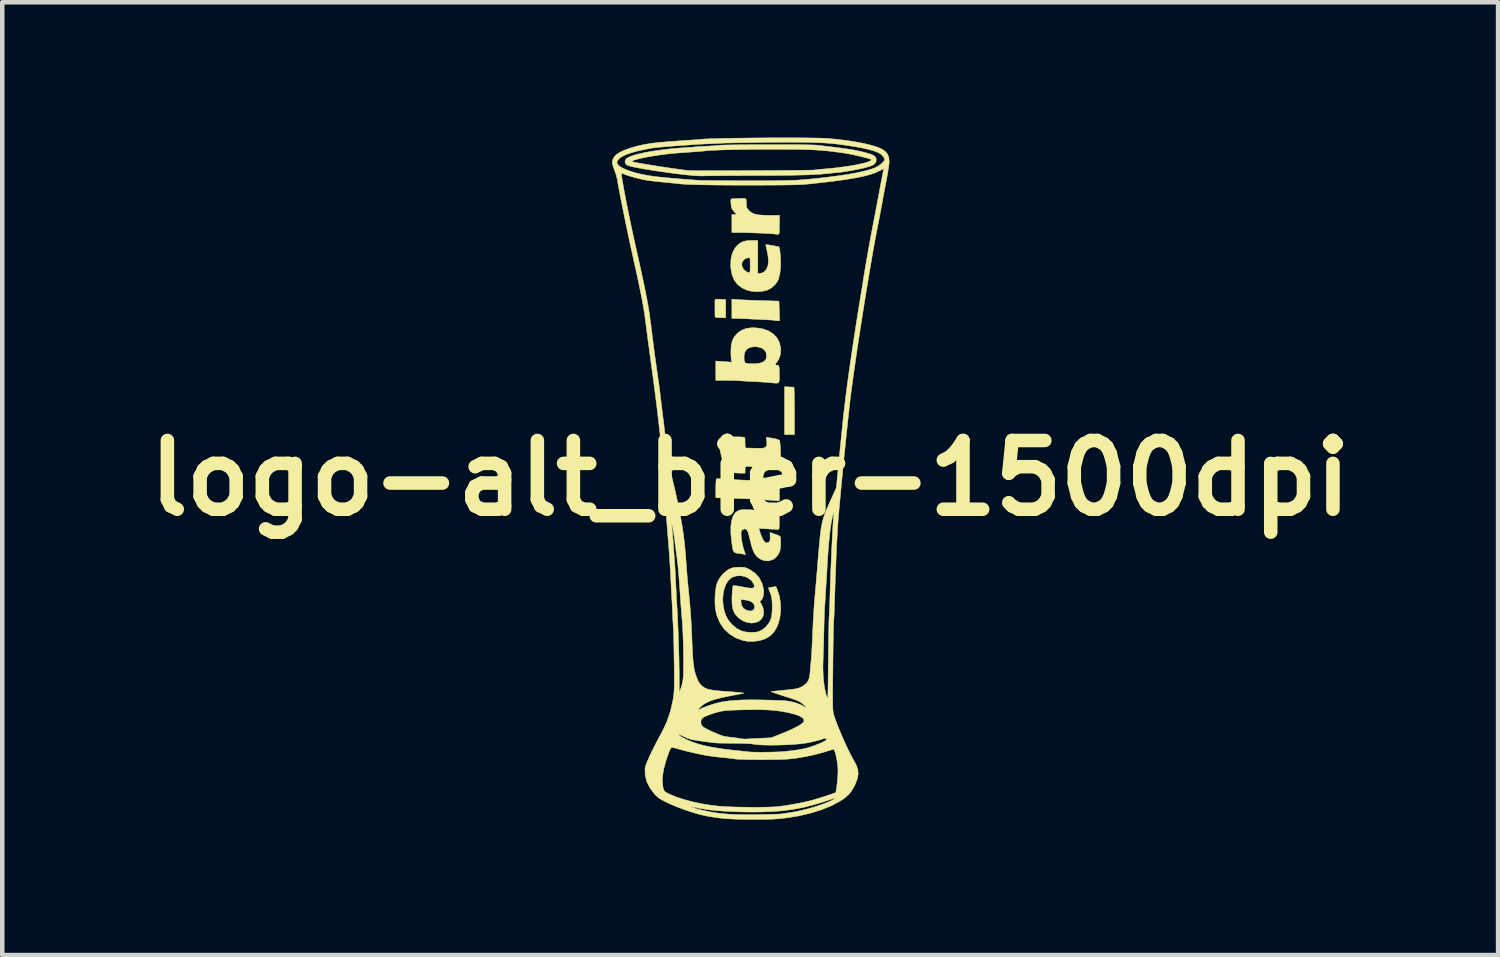
<source format=kicad_pcb>
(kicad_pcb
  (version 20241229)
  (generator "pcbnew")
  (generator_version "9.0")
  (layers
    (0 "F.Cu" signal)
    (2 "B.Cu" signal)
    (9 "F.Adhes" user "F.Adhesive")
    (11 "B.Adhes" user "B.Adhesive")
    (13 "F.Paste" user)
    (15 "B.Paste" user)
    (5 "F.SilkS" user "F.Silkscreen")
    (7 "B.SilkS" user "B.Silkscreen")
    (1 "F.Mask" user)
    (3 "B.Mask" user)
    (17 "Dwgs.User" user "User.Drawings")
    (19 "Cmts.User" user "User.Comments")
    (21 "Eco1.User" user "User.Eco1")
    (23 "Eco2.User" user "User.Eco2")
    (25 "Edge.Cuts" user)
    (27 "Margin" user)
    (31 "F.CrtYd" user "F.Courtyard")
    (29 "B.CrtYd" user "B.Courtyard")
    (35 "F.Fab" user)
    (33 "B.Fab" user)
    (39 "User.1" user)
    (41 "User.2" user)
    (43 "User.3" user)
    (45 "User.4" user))
  (footprint "logo-alt_bier-1500dpi"
    (layer "F.Cu")
    (at 13.578 7.548)
    (property "Reference" "logo-alt_bier-1500dpi" (at 0 0 0) (layer "F.SilkS") (effects (font (size 1.524 1.524) (thickness 0.3))))
    (attr through_hole)
    (fp_poly (pts (xy 0.859 -2.022) (xy 0.914 -2.019) (xy 0.955 -2.017) (xy 0.969 -2.016) (xy 0.973 -2) (xy 0.975 -1.953) (xy 0.978 -1.881) (xy 0.98 -1.788) (xy 0.981 -1.676) (xy 0.982 -1.552) (xy 0.982 -1.49) (xy 0.982 -0.965) (xy 0.762 -0.965) (xy 0.762 -2.026) (xy 0.859 -2.022)) (stroke (width 0.01) (type solid)) (fill yes) (layer "F.SilkS"))
    (fp_poly (pts (xy -0.66 -3.965) (xy -0.542 -3.96) (xy -0.542 -3.556) (xy -0.66 -3.556) (xy -0.73 -3.558) (xy -0.768 -3.566) (xy -0.779 -3.577) (xy -0.78 -3.611) (xy -0.78 -3.667) (xy -0.781 -3.735) (xy -0.781 -3.806) (xy -0.781 -3.871) (xy -0.781 -3.921) (xy -0.78 -3.945) (xy -0.773 -3.959) (xy -0.75 -3.966) (xy -0.704 -3.967) (xy -0.66 -3.965)) (stroke (width 0.01) (type solid)) (fill yes) (layer "F.SilkS"))
    (fp_poly (pts (xy -0.25 -3.956) (xy -0.184 -3.952) (xy -0.092 -3.948) (xy 0.017 -3.943) (xy 0.136 -3.939) (xy 0.256 -3.935) (xy 0.271 -3.935) (xy 0.378 -3.932) (xy 0.473 -3.929) (xy 0.551 -3.926) (xy 0.606 -3.924) (xy 0.635 -3.923) (xy 0.637 -3.922) (xy 0.639 -3.906) (xy 0.641 -3.861) (xy 0.643 -3.796) (xy 0.646 -3.717) (xy 0.647 -3.704) (xy 0.653 -3.488) (xy 0.6 -3.488) (xy 0.561 -3.491) (xy 0.54 -3.496) (xy 0.54 -3.496) (xy 0.521 -3.5) (xy 0.474 -3.504) (xy 0.406 -3.508) (xy 0.322 -3.512) (xy 0.279 -3.514) (xy 0.181 -3.518) (xy 0.089 -3.523) (xy 0.01 -3.527) (xy -0.047 -3.53) (xy -0.059 -3.531) (xy -0.12 -3.534) (xy -0.198 -3.536) (xy -0.275 -3.538) (xy -0.406 -3.539) (xy -0.406 -3.967) (xy -0.25 -3.956)) (stroke (width 0.01) (type solid)) (fill yes) (layer "F.SilkS"))
    (fp_poly (pts (xy -0.67 0.014) (xy -0.606 0.018) (xy -0.589 0.019) (xy -0.523 0.024) (xy -0.433 0.03) (xy -0.329 0.036) (xy -0.222 0.041) (xy -0.18 0.043) (xy -0.083 0.047) (xy 0.005 0.052) (xy 0.078 0.056) (xy 0.128 0.059) (xy 0.144 0.06) (xy 0.18 0.063) (xy 0.242 0.065) (xy 0.32 0.068) (xy 0.407 0.069) (xy 0.411 0.069) (xy 0.493 0.072) (xy 0.563 0.076) (xy 0.613 0.081) (xy 0.636 0.088) (xy 0.637 0.088) (xy 0.641 0.111) (xy 0.644 0.16) (xy 0.646 0.228) (xy 0.647 0.302) (xy 0.647 0.5) (xy 0.603 0.501) (xy 0.569 0.501) (xy 0.554 0.498) (xy 0.537 0.496) (xy 0.491 0.492) (xy 0.425 0.488) (xy 0.343 0.484) (xy 0.313 0.482) (xy 0.223 0.478) (xy 0.143 0.473) (xy 0.079 0.469) (xy 0.04 0.465) (xy 0.035 0.465) (xy 0.006 0.462) (xy -0.051 0.459) (xy -0.131 0.456) (xy -0.228 0.452) (xy -0.337 0.448) (xy -0.384 0.447) (xy -0.762 0.435) (xy -0.762 0.227) (xy -0.76 0.128) (xy -0.756 0.059) (xy -0.749 0.021) (xy -0.744 0.014) (xy -0.719 0.012) (xy -0.67 0.014)) (stroke (width 0.01) (type solid)) (fill yes) (layer "F.SilkS"))
    (fp_poly (pts (xy -0.121 -6.199) (xy -0.114 -6.199) (xy -0.098 -6.193) (xy -0.089 -6.172) (xy -0.085 -6.128) (xy -0.085 -6.094) (xy -0.083 -6.034) (xy -0.075 -5.995) (xy -0.055 -5.963) (xy -0.021 -5.927) (xy 0.022 -5.89) (xy 0.073 -5.863) (xy 0.137 -5.844) (xy 0.219 -5.833) (xy 0.324 -5.826) (xy 0.437 -5.825) (xy 0.652 -5.825) (xy 0.649 -5.651) (xy 0.647 -5.574) (xy 0.646 -5.506) (xy 0.645 -5.457) (xy 0.645 -5.44) (xy 0.634 -5.41) (xy 0.604 -5.402) (xy 0.57 -5.404) (xy 0.557 -5.409) (xy 0.538 -5.412) (xy 0.491 -5.416) (xy 0.421 -5.421) (xy 0.334 -5.425) (xy 0.236 -5.43) (xy 0.131 -5.434) (xy 0.026 -5.438) (xy -0.073 -5.441) (xy -0.162 -5.443) (xy -0.233 -5.444) (xy -0.406 -5.444) (xy -0.406 -5.643) (xy -0.406 -5.842) (xy -0.298 -5.842) (xy -0.342 -5.889) (xy -0.377 -5.932) (xy -0.405 -5.973) (xy -0.406 -5.975) (xy -0.417 -6.01) (xy -0.424 -6.06) (xy -0.428 -6.115) (xy -0.428 -6.161) (xy -0.422 -6.187) (xy -0.422 -6.188) (xy -0.403 -6.191) (xy -0.36 -6.194) (xy -0.301 -6.197) (xy -0.235 -6.199) (xy -0.172 -6.2) (xy -0.121 -6.199)) (stroke (width 0.01) (type solid)) (fill yes) (layer "F.SilkS"))
    (fp_poly (pts (xy -0.179 -0.912) (xy -0.135 -0.906) (xy -0.117 -0.896) (xy -0.117 -0.893) (xy -0.115 -0.866) (xy -0.114 -0.816) (xy -0.113 -0.77) (xy -0.11 -0.669) (xy 0.099 -0.663) (xy 0.189 -0.662) (xy 0.251 -0.662) (xy 0.292 -0.666) (xy 0.32 -0.674) (xy 0.339 -0.686) (xy 0.342 -0.689) (xy 0.362 -0.712) (xy 0.37 -0.742) (xy 0.369 -0.791) (xy 0.367 -0.814) (xy 0.357 -0.908) (xy 0.499 -0.883) (xy 0.582 -0.866) (xy 0.633 -0.848) (xy 0.653 -0.831) (xy 0.658 -0.804) (xy 0.664 -0.751) (xy 0.669 -0.681) (xy 0.672 -0.627) (xy 0.675 -0.544) (xy 0.674 -0.487) (xy 0.669 -0.445) (xy 0.658 -0.409) (xy 0.641 -0.373) (xy 0.612 -0.324) (xy 0.581 -0.288) (xy 0.542 -0.264) (xy 0.489 -0.249) (xy 0.417 -0.243) (xy 0.321 -0.243) (xy 0.229 -0.246) (xy 0.136 -0.25) (xy 0.052 -0.254) (xy -0.015 -0.257) (xy -0.058 -0.259) (xy -0.068 -0.26) (xy -0.094 -0.258) (xy -0.107 -0.244) (xy -0.111 -0.208) (xy -0.112 -0.186) (xy -0.113 -0.11) (xy -0.179 -0.11) (xy -0.242 -0.111) (xy -0.309 -0.115) (xy -0.318 -0.115) (xy -0.389 -0.12) (xy -0.389 -0.204) (xy -0.392 -0.255) (xy -0.4 -0.281) (xy -0.418 -0.288) (xy -0.419 -0.289) (xy -0.468 -0.292) (xy -0.522 -0.3) (xy -0.568 -0.309) (xy -0.593 -0.318) (xy -0.594 -0.319) (xy -0.601 -0.338) (xy -0.613 -0.382) (xy -0.627 -0.442) (xy -0.643 -0.51) (xy -0.658 -0.576) (xy -0.67 -0.633) (xy -0.676 -0.672) (xy -0.677 -0.682) (xy -0.662 -0.687) (xy -0.62 -0.688) (xy -0.56 -0.686) (xy -0.533 -0.685) (xy -0.389 -0.674) (xy -0.389 -0.914) (xy -0.254 -0.914) (xy -0.179 -0.912)) (stroke (width 0.01) (type solid)) (fill yes) (layer "F.SilkS"))
    (fp_poly (pts (xy 0.114 -5.268) (xy 0.169 -5.266) (xy 0.169 -4.538) (xy 0.218 -4.538) (xy 0.267 -4.549) (xy 0.309 -4.572) (xy 0.364 -4.634) (xy 0.396 -4.718) (xy 0.405 -4.825) (xy 0.391 -4.955) (xy 0.374 -5.038) (xy 0.359 -5.1) (xy 0.349 -5.149) (xy 0.345 -5.175) (xy 0.345 -5.177) (xy 0.363 -5.176) (xy 0.404 -5.171) (xy 0.459 -5.162) (xy 0.52 -5.151) (xy 0.576 -5.14) (xy 0.618 -5.131) (xy 0.637 -5.126) (xy 0.637 -5.126) (xy 0.647 -5.1) (xy 0.657 -5.049) (xy 0.665 -4.979) (xy 0.672 -4.897) (xy 0.676 -4.812) (xy 0.676 -4.802) (xy 0.673 -4.656) (xy 0.657 -4.526) (xy 0.63 -4.419) (xy 0.609 -4.367) (xy 0.556 -4.294) (xy 0.482 -4.226) (xy 0.396 -4.175) (xy 0.349 -4.157) (xy 0.25 -4.138) (xy 0.137 -4.133) (xy 0.026 -4.142) (xy -0.063 -4.163) (xy -0.186 -4.22) (xy -0.284 -4.297) (xy -0.356 -4.395) (xy -0.404 -4.516) (xy -0.429 -4.66) (xy -0.431 -4.699) (xy -0.43 -4.715) (xy -0.186 -4.715) (xy -0.16 -4.65) (xy -0.129 -4.613) (xy -0.087 -4.578) (xy -0.049 -4.558) (xy -0.036 -4.555) (xy -0.019 -4.557) (xy -0.009 -4.567) (xy -0.003 -4.591) (xy -0.001 -4.635) (xy -0.000012 -4.706) (xy 0 -4.726) (xy -0.001 -4.804) (xy -0.003 -4.853) (xy -0.008 -4.88) (xy -0.017 -4.889) (xy -0.027 -4.887) (xy -0.066 -4.878) (xy -0.078 -4.877) (xy -0.106 -4.866) (xy -0.142 -4.838) (xy -0.145 -4.835) (xy -0.181 -4.778) (xy -0.186 -4.715) (xy -0.43 -4.715) (xy -0.426 -4.854) (xy -0.395 -4.986) (xy -0.339 -5.096) (xy -0.285 -5.16) (xy -0.224 -5.209) (xy -0.156 -5.243) (xy -0.075 -5.262) (xy 0.026 -5.269) (xy 0.114 -5.268)) (stroke (width 0.01) (type solid)) (fill yes) (layer "F.SilkS"))
    (fp_poly (pts (xy 0.125 -3.332) (xy 0.274 -3.31) (xy 0.403 -3.265) (xy 0.509 -3.199) (xy 0.591 -3.114) (xy 0.647 -3.01) (xy 0.675 -2.89) (xy 0.677 -2.836) (xy 0.667 -2.728) (xy 0.634 -2.636) (xy 0.59 -2.57) (xy 0.562 -2.529) (xy 0.559 -2.508) (xy 0.583 -2.503) (xy 0.604 -2.505) (xy 0.622 -2.501) (xy 0.635 -2.483) (xy 0.643 -2.445) (xy 0.646 -2.383) (xy 0.647 -2.292) (xy 0.647 -2.288) (xy 0.647 -2.209) (xy 0.644 -2.155) (xy 0.632 -2.123) (xy 0.607 -2.107) (xy 0.563 -2.105) (xy 0.494 -2.111) (xy 0.432 -2.117) (xy 0.365 -2.123) (xy 0.274 -2.129) (xy 0.171 -2.135) (xy 0.065 -2.141) (xy 0.034 -2.143) (xy -0.059 -2.147) (xy -0.14 -2.152) (xy -0.204 -2.156) (xy -0.245 -2.159) (xy -0.254 -2.16) (xy -0.279 -2.162) (xy -0.332 -2.164) (xy -0.404 -2.165) (xy -0.49 -2.166) (xy -0.521 -2.166) (xy -0.762 -2.167) (xy -0.762 -2.595) (xy -0.583 -2.583) (xy -0.403 -2.57) (xy -0.415 -2.608) (xy -0.42 -2.641) (xy -0.424 -2.689) (xy -0.135 -2.689) (xy -0.133 -2.618) (xy -0.124 -2.574) (xy -0.101 -2.551) (xy -0.06 -2.54) (xy -0.011 -2.537) (xy 0.122 -2.537) (xy 0.224 -2.551) (xy 0.296 -2.58) (xy 0.32 -2.599) (xy 0.351 -2.64) (xy 0.363 -2.692) (xy 0.364 -2.716) (xy 0.349 -2.792) (xy 0.307 -2.851) (xy 0.238 -2.891) (xy 0.146 -2.911) (xy 0.101 -2.913) (xy 0.006 -2.901) (xy -0.065 -2.865) (xy -0.112 -2.806) (xy -0.134 -2.724) (xy -0.135 -2.689) (xy -0.424 -2.689) (xy -0.424 -2.698) (xy -0.427 -2.77) (xy -0.427 -2.81) (xy -0.421 -2.935) (xy -0.399 -3.037) (xy -0.36 -3.121) (xy -0.301 -3.194) (xy -0.274 -3.218) (xy -0.186 -3.28) (xy -0.085 -3.318) (xy 0.034 -3.333) (xy 0.125 -3.332)) (stroke (width 0.01) (type solid)) (fill yes) (layer "F.SilkS"))
    (fp_poly (pts (xy -0.049 0.7) (xy 0.016 0.703) (xy 0.097 0.708) (xy 0.166 0.713) (xy 0.215 0.717) (xy 0.238 0.721) (xy 0.238 0.721) (xy 0.258 0.723) (xy 0.305 0.726) (xy 0.371 0.729) (xy 0.446 0.731) (xy 0.532 0.733) (xy 0.59 0.737) (xy 0.624 0.743) (xy 0.641 0.751) (xy 0.645 0.761) (xy 0.645 0.788) (xy 0.645 0.841) (xy 0.645 0.911) (xy 0.645 0.965) (xy 0.645 1.045) (xy 0.642 1.096) (xy 0.637 1.126) (xy 0.628 1.138) (xy 0.615 1.14) (xy 0.615 1.14) (xy 0.587 1.138) (xy 0.533 1.134) (xy 0.461 1.13) (xy 0.388 1.125) (xy 0.191 1.114) (xy 0.231 1.238) (xy 0.257 1.305) (xy 0.285 1.363) (xy 0.311 1.402) (xy 0.313 1.404) (xy 0.345 1.431) (xy 0.372 1.435) (xy 0.397 1.426) (xy 0.423 1.41) (xy 0.438 1.385) (xy 0.443 1.343) (xy 0.442 1.277) (xy 0.442 1.267) (xy 0.439 1.204) (xy 0.545 1.24) (xy 0.602 1.261) (xy 0.645 1.28) (xy 0.664 1.294) (xy 0.672 1.323) (xy 0.676 1.376) (xy 0.676 1.442) (xy 0.673 1.511) (xy 0.667 1.573) (xy 0.66 1.612) (xy 0.625 1.689) (xy 0.569 1.758) (xy 0.508 1.804) (xy 0.416 1.834) (xy 0.324 1.832) (xy 0.241 1.802) (xy 0.181 1.766) (xy 0.132 1.719) (xy 0.09 1.657) (xy 0.054 1.575) (xy 0.022 1.468) (xy -0.008 1.346) (xy -0.024 1.28) (xy -0.04 1.22) (xy -0.053 1.182) (xy -0.083 1.138) (xy -0.123 1.124) (xy -0.167 1.141) (xy -0.173 1.146) (xy -0.19 1.166) (xy -0.2 1.191) (xy -0.202 1.23) (xy -0.199 1.294) (xy -0.198 1.304) (xy -0.188 1.386) (xy -0.169 1.48) (xy -0.147 1.564) (xy -0.104 1.696) (xy -0.141 1.687) (xy -0.179 1.68) (xy -0.235 1.671) (xy -0.268 1.667) (xy -0.311 1.66) (xy -0.342 1.649) (xy -0.364 1.628) (xy -0.38 1.593) (xy -0.392 1.537) (xy -0.404 1.455) (xy -0.41 1.41) (xy -0.428 1.228) (xy -0.428 1.071) (xy -0.411 0.941) (xy -0.377 0.838) (xy -0.326 0.763) (xy -0.259 0.717) (xy -0.225 0.706) (xy -0.184 0.7) (xy -0.127 0.698) (xy -0.049 0.7)) (stroke (width 0.01) (type solid)) (fill yes) (layer "F.SilkS"))
    (fp_poly (pts (xy -0.173 1.975) (xy -0.12 1.981) (xy -0.073 1.996) (xy -0.018 2.023) (xy -0.003 2.031) (xy 0.112 2.111) (xy 0.202 2.214) (xy 0.264 2.334) (xy 0.297 2.464) (xy 0.3 2.541) (xy 0.29 2.614) (xy 0.269 2.674) (xy 0.241 2.711) (xy 0.239 2.712) (xy 0.22 2.727) (xy 0.219 2.743) (xy 0.236 2.774) (xy 0.247 2.789) (xy 0.284 2.869) (xy 0.3 2.959) (xy 0.292 3.044) (xy 0.288 3.055) (xy 0.249 3.126) (xy 0.188 3.176) (xy 0.111 3.205) (xy 0.024 3.213) (xy -0.069 3.199) (xy -0.162 3.163) (xy -0.248 3.105) (xy -0.273 3.083) (xy -0.327 3.022) (xy -0.365 2.956) (xy -0.39 2.88) (xy -0.402 2.785) (xy -0.403 2.742) (xy -0.203 2.742) (xy -0.195 2.797) (xy -0.177 2.847) (xy -0.138 2.893) (xy -0.084 2.926) (xy -0.023 2.943) (xy 0.034 2.942) (xy 0.075 2.92) (xy 0.1 2.874) (xy 0.096 2.823) (xy 0.068 2.773) (xy 0.019 2.736) (xy -0.026 2.719) (xy -0.087 2.704) (xy -0.116 2.7) (xy -0.203 2.688) (xy -0.203 2.742) (xy -0.403 2.742) (xy -0.404 2.667) (xy -0.402 2.602) (xy -0.397 2.522) (xy -0.391 2.455) (xy -0.384 2.407) (xy -0.378 2.386) (xy -0.356 2.383) (xy -0.308 2.387) (xy -0.242 2.397) (xy -0.194 2.406) (xy -0.085 2.427) (xy -0.004 2.438) (xy 0.05 2.438) (xy 0.081 2.428) (xy 0.093 2.406) (xy 0.088 2.371) (xy 0.082 2.355) (xy 0.037 2.28) (xy -0.032 2.221) (xy -0.118 2.181) (xy -0.212 2.163) (xy -0.307 2.168) (xy -0.398 2.198) (xy -0.406 2.203) (xy -0.477 2.261) (xy -0.533 2.344) (xy -0.574 2.448) (xy -0.599 2.566) (xy -0.607 2.694) (xy -0.598 2.826) (xy -0.571 2.957) (xy -0.531 3.067) (xy -0.473 3.164) (xy -0.391 3.256) (xy -0.296 3.332) (xy -0.196 3.385) (xy -0.195 3.385) (xy -0.097 3.41) (xy 0.014 3.42) (xy 0.122 3.415) (xy 0.189 3.401) (xy 0.27 3.362) (xy 0.347 3.298) (xy 0.413 3.216) (xy 0.435 3.177) (xy 0.457 3.131) (xy 0.471 3.084) (xy 0.48 3.027) (xy 0.486 2.951) (xy 0.488 2.909) (xy 0.489 2.781) (xy 0.48 2.675) (xy 0.459 2.582) (xy 0.429 2.502) (xy 0.413 2.461) (xy 0.407 2.435) (xy 0.408 2.432) (xy 0.427 2.426) (xy 0.469 2.418) (xy 0.493 2.414) (xy 0.571 2.403) (xy 0.605 2.484) (xy 0.65 2.624) (xy 0.673 2.778) (xy 0.676 2.936) (xy 0.659 3.091) (xy 0.621 3.233) (xy 0.585 3.315) (xy 0.542 3.388) (xy 0.498 3.444) (xy 0.441 3.495) (xy 0.42 3.511) (xy 0.324 3.566) (xy 0.207 3.602) (xy 0.078 3.62) (xy -0.053 3.618) (xy -0.165 3.598) (xy -0.323 3.539) (xy -0.46 3.453) (xy -0.576 3.344) (xy -0.668 3.212) (xy -0.734 3.061) (xy -0.766 2.928) (xy -0.778 2.822) (xy -0.781 2.703) (xy -0.776 2.581) (xy -0.764 2.466) (xy -0.745 2.367) (xy -0.73 2.317) (xy -0.673 2.209) (xy -0.593 2.113) (xy -0.499 2.037) (xy -0.468 2.019) (xy -0.414 1.995) (xy -0.362 1.981) (xy -0.298 1.975) (xy -0.246 1.974) (xy -0.173 1.975)) (stroke (width 0.01) (type solid)) (fill yes) (layer "F.SilkS"))
    (fp_poly (pts (xy 0.7 -7.392) (xy 0.859 -7.392) (xy 1.007 -7.391) (xy 1.142 -7.39) (xy 1.258 -7.388) (xy 1.353 -7.386) (xy 1.423 -7.384) (xy 1.465 -7.382) (xy 1.7 -7.355) (xy 1.903 -7.331) (xy 2.075 -7.308) (xy 2.218 -7.287) (xy 2.332 -7.267) (xy 2.387 -7.255) (xy 2.516 -7.225) (xy 2.614 -7.199) (xy 2.687 -7.175) (xy 2.738 -7.152) (xy 2.77 -7.127) (xy 2.787 -7.098) (xy 2.794 -7.065) (xy 2.794 -7.053) (xy 2.787 -7.01) (xy 2.766 -6.974) (xy 2.726 -6.943) (xy 2.663 -6.915) (xy 2.576 -6.888) (xy 2.461 -6.86) (xy 2.376 -6.843) (xy 2.278 -6.824) (xy 2.183 -6.807) (xy 2.1 -6.794) (xy 2.037 -6.785) (xy 2.024 -6.783) (xy 1.959 -6.777) (xy 1.875 -6.768) (xy 1.788 -6.759) (xy 1.761 -6.756) (xy 1.671 -6.747) (xy 1.578 -6.739) (xy 1.479 -6.732) (xy 1.371 -6.726) (xy 1.25 -6.721) (xy 1.115 -6.718) (xy 0.962 -6.714) (xy 0.787 -6.712) (xy 0.588 -6.71) (xy 0.362 -6.709) (xy 0.105 -6.708) (xy 0.061 -6.708) (xy -0.127 -6.707) (xy -0.305 -6.706) (xy -0.471 -6.705) (xy -0.622 -6.704) (xy -0.754 -6.703) (xy -0.864 -6.702) (xy -0.951 -6.701) (xy -1.01 -6.7) (xy -1.038 -6.699) (xy -1.04 -6.699) (xy -1.071 -6.698) (xy -1.127 -6.699) (xy -1.199 -6.703) (xy -1.262 -6.707) (xy -1.369 -6.717) (xy -1.497 -6.731) (xy -1.639 -6.748) (xy -1.79 -6.768) (xy -1.945 -6.79) (xy -2.099 -6.812) (xy -2.246 -6.836) (xy -2.381 -6.858) (xy -2.499 -6.88) (xy -2.595 -6.899) (xy -2.664 -6.915) (xy -2.671 -6.918) (xy -2.726 -6.937) (xy -2.756 -6.958) (xy -2.771 -6.987) (xy -2.771 -6.988) (xy -2.773 -7.02) (xy -2.619 -7.02) (xy -2.598 -7.01) (xy -2.567 -7.002) (xy -2.508 -6.991) (xy -2.425 -6.976) (xy -2.322 -6.958) (xy -2.206 -6.939) (xy -2.08 -6.919) (xy -1.95 -6.899) (xy -1.819 -6.879) (xy -1.694 -6.861) (xy -1.579 -6.845) (xy -1.478 -6.831) (xy -1.397 -6.822) (xy -1.363 -6.818) (xy -1.333 -6.817) (xy -1.272 -6.816) (xy -1.184 -6.815) (xy -1.073 -6.815) (xy -0.94 -6.814) (xy -0.791 -6.814) (xy -0.627 -6.814) (xy -0.451 -6.815) (xy -0.268 -6.815) (xy -0.08 -6.816) (xy 0.11 -6.816) (xy 0.298 -6.817) (xy 0.482 -6.818) (xy 0.658 -6.819) (xy 0.824 -6.821) (xy 0.975 -6.822) (xy 1.109 -6.823) (xy 1.223 -6.825) (xy 1.313 -6.826) (xy 1.376 -6.828) (xy 1.41 -6.829) (xy 1.414 -6.83) (xy 1.455 -6.835) (xy 1.518 -6.842) (xy 1.59 -6.848) (xy 1.6 -6.849) (xy 1.761 -6.863) (xy 1.919 -6.88) (xy 2.071 -6.9) (xy 2.213 -6.921) (xy 2.342 -6.943) (xy 2.456 -6.967) (xy 2.55 -6.99) (xy 2.622 -7.012) (xy 2.668 -7.033) (xy 2.686 -7.052) (xy 2.682 -7.062) (xy 2.657 -7.073) (xy 2.606 -7.09) (xy 2.535 -7.109) (xy 2.449 -7.131) (xy 2.356 -7.152) (xy 2.261 -7.173) (xy 2.171 -7.19) (xy 2.092 -7.203) (xy 2.091 -7.204) (xy 1.955 -7.223) (xy 1.83 -7.239) (xy 1.711 -7.253) (xy 1.594 -7.264) (xy 1.474 -7.272) (xy 1.345 -7.279) (xy 1.204 -7.283) (xy 1.045 -7.287) (xy 0.864 -7.288) (xy 0.656 -7.289) (xy 0.559 -7.289) (xy 0.317 -7.289) (xy 0.086 -7.288) (xy -0.132 -7.285) (xy -0.333 -7.282) (xy -0.515 -7.278) (xy -0.674 -7.273) (xy -0.807 -7.267) (xy -0.912 -7.261) (xy -0.974 -7.256) (xy -1.024 -7.25) (xy -1.087 -7.245) (xy -1.167 -7.239) (xy -1.27 -7.231) (xy -1.398 -7.222) (xy -1.524 -7.213) (xy -1.685 -7.2) (xy -1.85 -7.183) (xy -2.012 -7.162) (xy -2.167 -7.138) (xy -2.31 -7.113) (xy -2.433 -7.087) (xy -2.532 -7.061) (xy -2.583 -7.044) (xy -2.615 -7.029) (xy -2.619 -7.02) (xy -2.773 -7.02) (xy -2.773 -7.031) (xy -2.755 -7.069) (xy -2.713 -7.102) (xy -2.645 -7.134) (xy -2.547 -7.166) (xy -2.464 -7.188) (xy -2.339 -7.216) (xy -2.189 -7.243) (xy -2.02 -7.268) (xy -1.842 -7.291) (xy -1.662 -7.309) (xy -1.488 -7.323) (xy -1.448 -7.325) (xy -1.368 -7.33) (xy -1.302 -7.334) (xy -1.255 -7.338) (xy -1.236 -7.341) (xy -1.236 -7.341) (xy -1.217 -7.344) (xy -1.17 -7.347) (xy -1.101 -7.351) (xy -1.018 -7.355) (xy -0.973 -7.358) (xy -0.881 -7.362) (xy -0.797 -7.367) (xy -0.73 -7.372) (xy -0.687 -7.376) (xy -0.677 -7.378) (xy -0.648 -7.38) (xy -0.588 -7.383) (xy -0.502 -7.385) (xy -0.393 -7.387) (xy -0.264 -7.389) (xy -0.121 -7.39) (xy 0.035 -7.391) (xy 0.198 -7.392) (xy 0.366 -7.392) (xy 0.535 -7.392) (xy 0.7 -7.392)) (stroke (width 0.01) (type solid)) (fill yes) (layer "F.SilkS"))
    (fp_poly (pts (xy 1.032 -7.543) (xy 1.203 -7.542) (xy 1.358 -7.54) (xy 1.492 -7.538) (xy 1.601 -7.535) (xy 1.683 -7.531) (xy 1.693 -7.531) (xy 1.92 -7.511) (xy 2.146 -7.483) (xy 2.361 -7.449) (xy 2.558 -7.41) (xy 2.694 -7.376) (xy 2.825 -7.335) (xy 2.926 -7.29) (xy 2.998 -7.239) (xy 3.047 -7.179) (xy 3.073 -7.108) (xy 3.082 -7.022) (xy 3.082 -7.021) (xy 3.079 -6.975) (xy 3.07 -6.904) (xy 3.056 -6.812) (xy 3.038 -6.708) (xy 3.018 -6.598) (xy 3.015 -6.584) (xy 2.992 -6.467) (xy 2.97 -6.35) (xy 2.95 -6.241) (xy 2.933 -6.148) (xy 2.921 -6.079) (xy 2.921 -6.079) (xy 2.909 -6.014) (xy 2.892 -5.923) (xy 2.871 -5.814) (xy 2.848 -5.695) (xy 2.824 -5.573) (xy 2.817 -5.537) (xy 2.785 -5.373) (xy 2.75 -5.179) (xy 2.711 -4.96) (xy 2.669 -4.719) (xy 2.626 -4.462) (xy 2.581 -4.192) (xy 2.536 -3.913) (xy 2.491 -3.629) (xy 2.446 -3.344) (xy 2.403 -3.064) (xy 2.362 -2.791) (xy 2.324 -2.53) (xy 2.289 -2.285) (xy 2.258 -2.06) (xy 2.231 -1.859) (xy 2.227 -1.829) (xy 2.215 -1.73) (xy 2.201 -1.601) (xy 2.184 -1.448) (xy 2.165 -1.274) (xy 2.145 -1.085) (xy 2.124 -0.884) (xy 2.103 -0.676) (xy 2.081 -0.465) (xy 2.06 -0.257) (xy 2.041 -0.055) (xy 2.022 0.136) (xy 2.006 0.312) (xy 1.999 0.389) (xy 1.988 0.505) (xy 1.978 0.615) (xy 1.969 0.712) (xy 1.962 0.79) (xy 1.957 0.843) (xy 1.956 0.855) (xy 1.952 0.911) (xy 1.946 0.988) (xy 1.941 1.071) (xy 1.939 1.101) (xy 1.934 1.191) (xy 1.928 1.287) (xy 1.923 1.371) (xy 1.922 1.389) (xy 1.919 1.453) (xy 1.915 1.541) (xy 1.91 1.642) (xy 1.906 1.745) (xy 1.905 1.77) (xy 1.901 1.882) (xy 1.897 2.004) (xy 1.892 2.121) (xy 1.888 2.22) (xy 1.888 2.227) (xy 1.885 2.311) (xy 1.881 2.42) (xy 1.877 2.542) (xy 1.873 2.668) (xy 1.87 2.769) (xy 1.866 2.876) (xy 1.863 2.976) (xy 1.859 3.062) (xy 1.855 3.127) (xy 1.852 3.165) (xy 1.852 3.167) (xy 1.85 3.194) (xy 1.848 3.252) (xy 1.846 3.338) (xy 1.844 3.448) (xy 1.842 3.578) (xy 1.839 3.726) (xy 1.837 3.889) (xy 1.835 4.062) (xy 1.834 4.191) (xy 1.832 4.397) (xy 1.83 4.571) (xy 1.829 4.718) (xy 1.829 4.839) (xy 1.829 4.938) (xy 1.83 5.017) (xy 1.832 5.081) (xy 1.834 5.13) (xy 1.838 5.169) (xy 1.842 5.2) (xy 1.848 5.226) (xy 1.854 5.25) (xy 1.859 5.266) (xy 1.892 5.362) (xy 1.936 5.478) (xy 1.989 5.608) (xy 2.047 5.744) (xy 2.107 5.88) (xy 2.167 6.009) (xy 2.224 6.123) (xy 2.273 6.217) (xy 2.299 6.261) (xy 2.355 6.366) (xy 2.387 6.463) (xy 2.394 6.558) (xy 2.377 6.659) (xy 2.335 6.773) (xy 2.302 6.841) (xy 2.243 6.941) (xy 2.172 7.025) (xy 2.08 7.102) (xy 1.994 7.159) (xy 1.803 7.261) (xy 1.584 7.35) (xy 1.341 7.426) (xy 1.079 7.487) (xy 0.801 7.532) (xy 0.61 7.552) (xy 0.493 7.559) (xy 0.352 7.564) (xy 0.192 7.566) (xy 0.024 7.566) (xy -0.146 7.564) (xy -0.308 7.56) (xy -0.455 7.553) (xy -0.578 7.544) (xy -0.601 7.542) (xy -0.706 7.53) (xy -0.819 7.514) (xy -0.926 7.497) (xy -0.998 7.484) (xy -1.134 7.451) (xy -1.289 7.405) (xy -1.454 7.35) (xy -1.616 7.289) (xy -1.622 7.287) (xy -1.298 7.287) (xy -1.287 7.295) (xy -1.25 7.308) (xy -1.193 7.325) (xy -1.123 7.345) (xy -1.046 7.364) (xy -0.97 7.381) (xy -0.923 7.391) (xy -0.78 7.416) (xy -0.633 7.435) (xy -0.478 7.448) (xy -0.308 7.457) (xy -0.118 7.46) (xy 0.099 7.459) (xy 0.152 7.459) (xy 0.279 7.457) (xy 0.398 7.454) (xy 0.502 7.451) (xy 0.588 7.449) (xy 0.65 7.446) (xy 0.684 7.444) (xy 0.686 7.443) (xy 0.727 7.437) (xy 0.789 7.428) (xy 0.861 7.418) (xy 0.872 7.416) (xy 1.008 7.393) (xy 1.154 7.361) (xy 1.304 7.323) (xy 1.452 7.28) (xy 1.589 7.234) (xy 1.711 7.187) (xy 1.811 7.142) (xy 1.863 7.112) (xy 1.891 7.092) (xy 1.896 7.085) (xy 1.888 7.087) (xy 1.633 7.173) (xy 1.398 7.244) (xy 1.174 7.3) (xy 0.953 7.342) (xy 0.729 7.372) (xy 0.492 7.391) (xy 0.236 7.4) (xy 0.042 7.401) (xy -0.192 7.399) (xy -0.415 7.391) (xy -0.624 7.379) (xy -0.813 7.363) (xy -0.978 7.343) (xy -1.115 7.319) (xy -1.137 7.315) (xy -1.205 7.3) (xy -1.259 7.29) (xy -1.292 7.286) (xy -1.298 7.287) (xy -1.622 7.287) (xy -1.765 7.227) (xy -1.854 7.185) (xy -1.94 7.141) (xy -2.004 7.104) (xy -2.053 7.068) (xy -2.097 7.027) (xy -2.132 6.988) (xy -2.227 6.858) (xy -2.293 6.721) (xy -2.294 6.718) (xy -1.947 6.718) (xy -1.935 6.838) (xy -1.928 6.869) (xy -1.917 6.907) (xy -1.903 6.934) (xy -1.879 6.956) (xy -1.837 6.98) (xy -1.772 7.011) (xy -1.771 7.012) (xy -1.627 7.072) (xy -1.456 7.127) (xy -1.266 7.177) (xy -1.064 7.22) (xy -0.858 7.253) (xy -0.693 7.271) (xy -0.588 7.279) (xy -0.461 7.285) (xy -0.318 7.29) (xy -0.164 7.293) (xy -0.007 7.295) (xy 0.148 7.296) (xy 0.293 7.294) (xy 0.424 7.291) (xy 0.532 7.287) (xy 0.606 7.281) (xy 0.766 7.261) (xy 0.943 7.232) (xy 1.123 7.198) (xy 1.291 7.161) (xy 1.321 7.154) (xy 1.381 7.138) (xy 1.456 7.116) (xy 1.541 7.09) (xy 1.629 7.062) (xy 1.713 7.034) (xy 1.789 7.009) (xy 1.848 6.988) (xy 1.885 6.973) (xy 1.894 6.968) (xy 1.902 6.945) (xy 1.911 6.897) (xy 1.92 6.829) (xy 1.929 6.75) (xy 1.937 6.666) (xy 1.943 6.586) (xy 1.946 6.517) (xy 1.947 6.494) (xy 1.943 6.413) (xy 1.934 6.326) (xy 1.921 6.238) (xy 1.905 6.157) (xy 1.887 6.088) (xy 1.869 6.038) (xy 1.852 6.012) (xy 1.845 6.01) (xy 1.819 6.017) (xy 1.769 6.033) (xy 1.702 6.053) (xy 1.635 6.074) (xy 1.439 6.128) (xy 1.228 6.173) (xy 1.016 6.209) (xy 0.83 6.229) (xy 0.764 6.233) (xy 0.675 6.236) (xy 0.568 6.238) (xy 0.448 6.239) (xy 0.321 6.24) (xy 0.191 6.24) (xy 0.065 6.239) (xy -0.054 6.238) (xy -0.158 6.235) (xy -0.243 6.233) (xy -0.304 6.229) (xy -0.33 6.226) (xy -0.378 6.218) (xy -0.44 6.211) (xy -0.466 6.208) (xy -0.519 6.202) (xy -0.594 6.195) (xy -0.68 6.186) (xy -0.737 6.18) (xy -0.937 6.153) (xy -1.162 6.11) (xy -1.409 6.053) (xy -1.673 5.982) (xy -1.728 5.966) (xy -1.747 5.973) (xy -1.77 6.007) (xy -1.798 6.068) (xy -1.831 6.159) (xy -1.861 6.248) (xy -1.911 6.426) (xy -1.939 6.582) (xy -1.947 6.718) (xy -2.294 6.718) (xy -2.328 6.581) (xy -2.331 6.442) (xy -2.329 6.429) (xy -2.315 6.371) (xy -2.283 6.287) (xy -2.235 6.177) (xy -2.172 6.043) (xy -2.093 5.887) (xy -2 5.711) (xy -1.984 5.681) (xy -1.592 5.681) (xy -1.577 5.699) (xy -1.538 5.726) (xy -1.48 5.759) (xy -1.411 5.794) (xy -1.336 5.827) (xy -1.287 5.847) (xy -1.174 5.886) (xy -1.053 5.92) (xy -0.921 5.95) (xy -0.772 5.977) (xy -0.602 6.003) (xy -0.406 6.027) (xy -0.229 6.046) (xy -0.15 6.054) (xy -0.08 6.061) (xy -0.03 6.067) (xy -0.008 6.069) (xy 0.031 6.072) (xy 0.098 6.074) (xy 0.185 6.075) (xy 0.284 6.075) (xy 0.389 6.074) (xy 0.494 6.072) (xy 0.59 6.069) (xy 0.67 6.066) (xy 0.729 6.063) (xy 0.745 6.061) (xy 0.824 6.052) (xy 0.91 6.042) (xy 0.957 6.037) (xy 1.028 6.027) (xy 1.112 6.013) (xy 1.184 6) (xy 1.259 5.982) (xy 1.344 5.956) (xy 1.43 5.926) (xy 1.514 5.893) (xy 1.588 5.861) (xy 1.646 5.831) (xy 1.683 5.806) (xy 1.693 5.792) (xy 1.68 5.769) (xy 1.649 5.765) (xy 1.628 5.773) (xy 1.589 5.789) (xy 1.524 5.808) (xy 1.444 5.829) (xy 1.357 5.85) (xy 1.271 5.867) (xy 1.228 5.875) (xy 1.125 5.888) (xy 1.002 5.899) (xy 0.866 5.908) (xy 0.723 5.914) (xy 0.579 5.918) (xy 0.439 5.919) (xy 0.31 5.916) (xy 0.199 5.911) (xy 0.111 5.903) (xy 0.066 5.895) (xy 0.025 5.889) (xy -0.043 5.885) (xy -0.132 5.881) (xy -0.235 5.878) (xy -0.346 5.877) (xy -0.366 5.877) (xy -0.477 5.876) (xy -0.58 5.875) (xy -0.67 5.874) (xy -0.739 5.871) (xy -0.783 5.869) (xy -0.787 5.868) (xy -0.932 5.85) (xy -1.047 5.834) (xy -1.137 5.821) (xy -1.207 5.811) (xy -1.26 5.801) (xy -1.3 5.793) (xy -1.334 5.784) (xy -1.346 5.78) (xy -1.398 5.762) (xy -1.436 5.746) (xy -1.448 5.74) (xy -1.473 5.726) (xy -1.511 5.708) (xy -1.551 5.692) (xy -1.582 5.682) (xy -1.592 5.681) (xy -1.984 5.681) (xy -1.947 5.613) (xy -1.848 5.403) (xy -1.093 5.403) (xy -1.089 5.44) (xy -1.08 5.47) (xy -1.063 5.495) (xy -1.033 5.521) (xy -0.986 5.549) (xy -0.917 5.584) (xy -0.822 5.628) (xy -0.81 5.633) (xy -0.718 5.673) (xy -0.646 5.701) (xy -0.585 5.72) (xy -0.524 5.732) (xy -0.454 5.741) (xy -0.44 5.743) (xy -0.362 5.751) (xy -0.29 5.761) (xy -0.236 5.77) (xy -0.22 5.773) (xy -0.166 5.781) (xy -0.101 5.783) (xy -0.076 5.782) (xy -0.027 5.779) (xy 0.047 5.775) (xy 0.135 5.77) (xy 0.229 5.766) (xy 0.237 5.765) (xy 0.466 5.755) (xy 0.726 5.652) (xy 0.862 5.595) (xy 0.979 5.54) (xy 1.073 5.49) (xy 1.142 5.446) (xy 1.183 5.408) (xy 1.191 5.394) (xy 1.191 5.351) (xy 1.158 5.31) (xy 1.091 5.271) (xy 0.993 5.235) (xy 0.862 5.202) (xy 0.85 5.199) (xy 0.731 5.176) (xy 0.616 5.158) (xy 0.497 5.145) (xy 0.367 5.137) (xy 0.222 5.133) (xy 0.055 5.133) (xy -0.103 5.135) (xy -0.256 5.138) (xy -0.381 5.143) (xy -0.484 5.149) (xy -0.571 5.157) (xy -0.647 5.169) (xy -0.718 5.185) (xy -0.791 5.206) (xy -0.871 5.233) (xy -0.922 5.251) (xy -1.005 5.285) (xy -1.058 5.318) (xy -1.086 5.356) (xy -1.093 5.403) (xy -1.848 5.403) (xy -1.843 5.392) (xy -1.764 5.154) (xy -1.708 4.902) (xy -1.7 4.851) (xy -1.694 4.802) (xy -1.689 4.75) (xy -1.685 4.691) (xy -1.683 4.621) (xy -1.682 4.536) (xy -1.682 4.431) (xy -1.683 4.303) (xy -1.684 4.148) (xy -1.686 4.056) (xy -1.688 3.907) (xy -1.69 3.768) (xy -1.693 3.642) (xy -1.695 3.532) (xy -1.697 3.444) (xy -1.7 3.381) (xy -1.701 3.347) (xy -1.702 3.344) (xy -1.705 3.309) (xy -1.708 3.248) (xy -1.713 3.169) (xy -1.717 3.078) (xy -1.718 3.048) (xy -1.722 2.949) (xy -1.727 2.852) (xy -1.731 2.766) (xy -1.735 2.702) (xy -1.736 2.692) (xy -1.74 2.629) (xy -1.744 2.545) (xy -1.749 2.451) (xy -1.752 2.379) (xy -1.759 2.25) (xy -1.765 2.129) (xy -1.771 2.01) (xy -1.779 1.889) (xy -1.787 1.761) (xy -1.797 1.622) (xy -1.809 1.466) (xy -1.823 1.29) (xy -1.839 1.089) (xy -1.844 1.033) (xy -1.74 1.033) (xy -1.736 1.067) (xy -1.731 1.115) (xy -1.725 1.181) (xy -1.719 1.245) (xy -1.7 1.504) (xy -1.684 1.731) (xy -1.67 1.927) (xy -1.66 2.093) (xy -1.653 2.23) (xy -1.652 2.261) (xy -1.646 2.391) (xy -1.64 2.514) (xy -1.634 2.64) (xy -1.626 2.781) (xy -1.617 2.929) (xy -1.615 2.973) (xy -1.612 3.024) (xy -1.609 3.086) (xy -1.606 3.161) (xy -1.603 3.254) (xy -1.598 3.368) (xy -1.593 3.506) (xy -1.587 3.672) (xy -1.583 3.802) (xy -1.58 3.904) (xy -1.577 4.028) (xy -1.575 4.164) (xy -1.573 4.3) (xy -1.573 4.403) (xy -1.571 4.75) (xy -1.539 4.668) (xy -1.52 4.608) (xy -1.501 4.532) (xy -1.488 4.456) (xy -1.483 4.4) (xy -1.479 4.316) (xy -1.478 4.21) (xy -1.477 4.085) (xy -1.478 3.949) (xy -1.48 3.806) (xy -1.483 3.663) (xy -1.487 3.523) (xy -1.492 3.394) (xy -1.498 3.28) (xy -1.505 3.187) (xy -1.505 3.183) (xy -1.514 3.088) (xy -1.522 2.986) (xy -1.529 2.893) (xy -1.532 2.862) (xy -1.547 2.648) (xy -1.559 2.465) (xy -1.571 2.31) (xy -1.58 2.182) (xy -1.589 2.077) (xy -1.596 1.992) (xy -1.603 1.925) (xy -1.609 1.874) (xy -1.609 1.871) (xy -1.635 1.67) (xy -1.657 1.501) (xy -1.675 1.361) (xy -1.691 1.25) (xy -1.704 1.164) (xy -1.714 1.103) (xy -1.722 1.063) (xy -1.727 1.046) (xy -1.737 1.026) (xy -1.74 1.033) (xy -1.844 1.033) (xy -1.854 0.914) (xy -1.858 0.855) (xy -1.863 0.776) (xy -1.869 0.689) (xy -1.871 0.652) (xy -1.876 0.567) (xy -1.881 0.482) (xy -1.886 0.412) (xy -1.888 0.389) (xy -1.897 0.265) (xy -1.907 0.115) (xy -1.917 -0.056) (xy -1.923 -0.161) (xy -1.93 -0.278) (xy -1.942 -0.425) (xy -1.959 -0.598) (xy -1.978 -0.792) (xy -2.001 -1.004) (xy -2.027 -1.23) (xy -2.055 -1.467) (xy -2.084 -1.709) (xy -2.116 -1.954) (xy -2.148 -2.196) (xy -2.176 -2.405) (xy -2.198 -2.562) (xy -2.221 -2.732) (xy -2.244 -2.907) (xy -2.267 -3.075) (xy -2.287 -3.228) (xy -2.303 -3.353) (xy -2.316 -3.457) (xy -2.329 -3.552) (xy -2.342 -3.644) (xy -2.356 -3.734) (xy -2.372 -3.826) (xy -2.389 -3.924) (xy -2.41 -4.03) (xy -2.434 -4.149) (xy -2.462 -4.283) (xy -2.494 -4.436) (xy -2.532 -4.611) (xy -2.577 -4.812) (xy -2.627 -5.041) (xy -2.642 -5.105) (xy -2.67 -5.234) (xy -2.7 -5.377) (xy -2.732 -5.529) (xy -2.765 -5.686) (xy -2.797 -5.844) (xy -2.828 -5.998) (xy -2.857 -6.143) (xy -2.883 -6.277) (xy -2.905 -6.393) (xy -2.923 -6.488) (xy -2.935 -6.557) (xy -2.939 -6.587) (xy -2.951 -6.646) (xy -2.972 -6.723) (xy -2.976 -6.734) (xy -2.853 -6.734) (xy -2.848 -6.683) (xy -2.836 -6.606) (xy -2.818 -6.505) (xy -2.796 -6.383) (xy -2.77 -6.244) (xy -2.74 -6.089) (xy -2.707 -5.924) (xy -2.671 -5.75) (xy -2.634 -5.571) (xy -2.595 -5.39) (xy -2.556 -5.209) (xy -2.516 -5.033) (xy -2.506 -4.987) (xy -2.473 -4.841) (xy -2.438 -4.682) (xy -2.403 -4.521) (xy -2.37 -4.367) (xy -2.341 -4.23) (xy -2.328 -4.166) (xy -2.305 -4.049) (xy -2.285 -3.945) (xy -2.267 -3.847) (xy -2.25 -3.749) (xy -2.234 -3.644) (xy -2.218 -3.528) (xy -2.2 -3.393) (xy -2.18 -3.234) (xy -2.167 -3.133) (xy -2.147 -2.971) (xy -2.127 -2.817) (xy -2.106 -2.662) (xy -2.083 -2.497) (xy -2.057 -2.313) (xy -2.042 -2.21) (xy -2.026 -2.098) (xy -2.01 -1.981) (xy -1.996 -1.871) (xy -1.985 -1.779) (xy -1.981 -1.744) (xy -1.97 -1.643) (xy -1.956 -1.528) (xy -1.943 -1.42) (xy -1.939 -1.389) (xy -1.928 -1.307) (xy -1.919 -1.237) (xy -1.911 -1.171) (xy -1.903 -1.103) (xy -1.894 -1.025) (xy -1.884 -0.932) (xy -1.872 -0.816) (xy -1.863 -0.728) (xy -1.846 -0.577) (xy -1.825 -0.438) (xy -1.798 -0.297) (xy -1.764 -0.142) (xy -1.746 -0.068) (xy -1.681 0.204) (xy -1.626 0.448) (xy -1.578 0.672) (xy -1.539 0.879) (xy -1.505 1.077) (xy -1.477 1.27) (xy -1.454 1.463) (xy -1.435 1.663) (xy -1.419 1.875) (xy -1.414 1.939) (xy -1.407 2.042) (xy -1.4 2.135) (xy -1.392 2.23) (xy -1.382 2.334) (xy -1.37 2.459) (xy -1.363 2.523) (xy -1.339 2.77) (xy -1.32 3.003) (xy -1.306 3.238) (xy -1.295 3.463) (xy -1.288 3.64) (xy -1.281 3.787) (xy -1.275 3.909) (xy -1.268 4.008) (xy -1.261 4.09) (xy -1.253 4.157) (xy -1.244 4.215) (xy -1.233 4.266) (xy -1.22 4.316) (xy -1.207 4.36) (xy -1.169 4.465) (xy -1.126 4.543) (xy -1.074 4.602) (xy -1.011 4.647) (xy -0.971 4.666) (xy -0.919 4.683) (xy -0.852 4.696) (xy -0.765 4.708) (xy -0.654 4.719) (xy -0.514 4.73) (xy -0.474 4.732) (xy -0.377 4.739) (xy -0.289 4.747) (xy -0.216 4.754) (xy -0.165 4.76) (xy -0.141 4.765) (xy -0.14 4.765) (xy -0.154 4.77) (xy -0.195 4.779) (xy -0.257 4.791) (xy -0.334 4.806) (xy -0.343 4.807) (xy -0.521 4.842) (xy -0.67 4.875) (xy -0.792 4.908) (xy -0.891 4.942) (xy -0.971 4.979) (xy -1.036 5.018) (xy -1.074 5.048) (xy -1.121 5.093) (xy -1.146 5.123) (xy -1.147 5.135) (xy -1.123 5.129) (xy -1.096 5.114) (xy -1.058 5.095) (xy -0.996 5.07) (xy -0.921 5.042) (xy -0.861 5.022) (xy -0.746 4.987) (xy -0.624 4.96) (xy -0.491 4.94) (xy -0.342 4.926) (xy -0.173 4.917) (xy 0.021 4.914) (xy 0.243 4.916) (xy 0.271 4.917) (xy 0.396 4.92) (xy 0.514 4.923) (xy 0.62 4.927) (xy 0.708 4.93) (xy 0.772 4.934) (xy 0.804 4.937) (xy 0.903 4.953) (xy 1.001 4.978) (xy 1.089 5.009) (xy 1.158 5.041) (xy 1.178 5.055) (xy 1.217 5.081) (xy 1.234 5.085) (xy 1.23 5.071) (xy 1.205 5.042) (xy 1.168 5.007) (xy 1.14 4.984) (xy 1.111 4.964) (xy 1.078 4.946) (xy 1.035 4.927) (xy 0.977 4.905) (xy 0.901 4.879) (xy 0.8 4.846) (xy 0.704 4.816) (xy 0.619 4.788) (xy 0.548 4.764) (xy 0.496 4.745) (xy 0.469 4.734) (xy 0.466 4.731) (xy 0.488 4.728) (xy 0.537 4.722) (xy 0.608 4.715) (xy 0.695 4.706) (xy 0.757 4.7) (xy 0.873 4.688) (xy 0.961 4.677) (xy 1.027 4.666) (xy 1.078 4.653) (xy 1.12 4.636) (xy 1.16 4.614) (xy 1.19 4.594) (xy 1.247 4.547) (xy 1.286 4.493) (xy 1.311 4.425) (xy 1.325 4.334) (xy 1.328 4.301) (xy 1.334 4.226) (xy 1.335 4.214) (xy 1.613 4.214) (xy 1.619 4.379) (xy 1.633 4.535) (xy 1.654 4.674) (xy 1.679 4.784) (xy 1.697 4.838) (xy 1.711 4.875) (xy 1.719 4.886) (xy 1.72 4.885) (xy 1.721 4.866) (xy 1.722 4.815) (xy 1.724 4.737) (xy 1.726 4.635) (xy 1.728 4.512) (xy 1.729 4.372) (xy 1.731 4.217) (xy 1.733 4.05) (xy 1.734 3.988) (xy 1.736 3.817) (xy 1.738 3.656) (xy 1.74 3.507) (xy 1.742 3.374) (xy 1.744 3.26) (xy 1.746 3.17) (xy 1.748 3.105) (xy 1.75 3.07) (xy 1.75 3.065) (xy 1.753 3.036) (xy 1.756 2.979) (xy 1.759 2.899) (xy 1.763 2.801) (xy 1.766 2.692) (xy 1.768 2.633) (xy 1.772 2.509) (xy 1.775 2.385) (xy 1.779 2.269) (xy 1.783 2.168) (xy 1.786 2.091) (xy 1.786 2.074) (xy 1.79 1.987) (xy 1.795 1.88) (xy 1.8 1.769) (xy 1.803 1.685) (xy 1.811 1.503) (xy 1.82 1.33) (xy 1.828 1.171) (xy 1.836 1.03) (xy 1.844 0.911) (xy 1.851 0.82) (xy 1.855 0.779) (xy 1.857 0.749) (xy 1.854 0.748) (xy 1.844 0.777) (xy 1.83 0.83) (xy 1.803 0.956) (xy 1.778 1.115) (xy 1.756 1.305) (xy 1.735 1.525) (xy 1.717 1.774) (xy 1.702 2.04) (xy 1.697 2.13) (xy 1.692 2.218) (xy 1.687 2.294) (xy 1.685 2.328) (xy 1.681 2.389) (xy 1.676 2.472) (xy 1.671 2.562) (xy 1.668 2.616) (xy 1.663 2.698) (xy 1.658 2.772) (xy 1.654 2.828) (xy 1.651 2.853) (xy 1.649 2.883) (xy 1.647 2.942) (xy 1.644 3.025) (xy 1.641 3.127) (xy 1.638 3.242) (xy 1.635 3.361) (xy 1.632 3.498) (xy 1.629 3.637) (xy 1.625 3.771) (xy 1.621 3.893) (xy 1.618 3.993) (xy 1.616 4.047) (xy 1.613 4.214) (xy 1.335 4.214) (xy 1.34 4.157) (xy 1.345 4.106) (xy 1.346 4.098) (xy 1.352 4.04) (xy 1.358 3.951) (xy 1.365 3.833) (xy 1.373 3.69) (xy 1.38 3.531) (xy 1.388 3.363) (xy 1.394 3.221) (xy 1.401 3.098) (xy 1.408 2.985) (xy 1.415 2.875) (xy 1.424 2.76) (xy 1.434 2.631) (xy 1.447 2.482) (xy 1.449 2.464) (xy 1.46 2.333) (xy 1.471 2.207) (xy 1.481 2.09) (xy 1.489 1.99) (xy 1.495 1.912) (xy 1.499 1.863) (xy 1.505 1.789) (xy 1.511 1.719) (xy 1.515 1.668) (xy 1.52 1.615) (xy 1.527 1.545) (xy 1.532 1.482) (xy 1.547 1.322) (xy 1.562 1.188) (xy 1.579 1.075) (xy 1.6 0.974) (xy 1.626 0.878) (xy 1.66 0.78) (xy 1.703 0.674) (xy 1.756 0.552) (xy 1.768 0.525) (xy 1.91 0.212) (xy 1.989 -0.6) (xy 2.005 -0.763) (xy 2.021 -0.917) (xy 2.035 -1.057) (xy 2.047 -1.182) (xy 2.058 -1.286) (xy 2.066 -1.368) (xy 2.072 -1.422) (xy 2.075 -1.446) (xy 2.075 -1.446) (xy 2.079 -1.476) (xy 2.086 -1.531) (xy 2.095 -1.606) (xy 2.105 -1.693) (xy 2.108 -1.719) (xy 2.124 -1.85) (xy 2.144 -2.009) (xy 2.169 -2.191) (xy 2.197 -2.392) (xy 2.228 -2.605) (xy 2.26 -2.827) (xy 2.294 -3.051) (xy 2.328 -3.273) (xy 2.361 -3.487) (xy 2.393 -3.689) (xy 2.397 -3.708) (xy 2.416 -3.83) (xy 2.44 -3.975) (xy 2.466 -4.134) (xy 2.492 -4.297) (xy 2.517 -4.454) (xy 2.532 -4.547) (xy 2.557 -4.697) (xy 2.587 -4.869) (xy 2.619 -5.053) (xy 2.653 -5.239) (xy 2.685 -5.414) (xy 2.709 -5.537) (xy 2.738 -5.69) (xy 2.77 -5.853) (xy 2.801 -6.019) (xy 2.831 -6.178) (xy 2.858 -6.322) (xy 2.879 -6.432) (xy 2.899 -6.542) (xy 2.919 -6.642) (xy 2.935 -6.727) (xy 2.948 -6.791) (xy 2.957 -6.829) (xy 2.959 -6.837) (xy 2.963 -6.851) (xy 2.959 -6.856) (xy 2.94 -6.849) (xy 2.902 -6.83) (xy 2.853 -6.805) (xy 2.768 -6.766) (xy 2.662 -6.73) (xy 2.534 -6.696) (xy 2.381 -6.663) (xy 2.201 -6.632) (xy 1.994 -6.601) (xy 1.755 -6.57) (xy 1.524 -6.544) (xy 1.458 -6.537) (xy 1.392 -6.529) (xy 1.38 -6.528) (xy 1.313 -6.521) (xy 1.245 -6.515) (xy 1.172 -6.51) (xy 1.091 -6.505) (xy 1 -6.502) (xy 0.894 -6.499) (xy 0.772 -6.497) (xy 0.629 -6.496) (xy 0.463 -6.495) (xy 0.27 -6.494) (xy 0.047 -6.494) (xy -0.034 -6.494) (xy -0.318 -6.494) (xy -0.569 -6.495) (xy -0.791 -6.497) (xy -0.984 -6.5) (xy -1.15 -6.503) (xy -1.292 -6.507) (xy -1.41 -6.512) (xy -1.507 -6.518) (xy -1.585 -6.525) (xy -1.609 -6.528) (xy -1.646 -6.532) (xy -1.709 -6.539) (xy -1.792 -6.547) (xy -1.886 -6.556) (xy -1.942 -6.562) (xy -2.044 -6.572) (xy -2.142 -6.583) (xy -2.228 -6.593) (xy -2.293 -6.602) (xy -2.315 -6.606) (xy -2.393 -6.622) (xy -2.483 -6.643) (xy -2.576 -6.668) (xy -2.664 -6.693) (xy -2.737 -6.716) (xy -2.787 -6.735) (xy -2.789 -6.736) (xy -2.827 -6.751) (xy -2.851 -6.755) (xy -2.853 -6.754) (xy -2.853 -6.734) (xy -2.976 -6.734) (xy -2.999 -6.804) (xy -3.009 -6.831) (xy -3.039 -6.914) (xy -3.054 -6.976) (xy -3.055 -7.006) (xy -2.952 -7.006) (xy -2.948 -6.972) (xy -2.917 -6.931) (xy -2.857 -6.888) (xy -2.771 -6.846) (xy -2.662 -6.805) (xy -2.537 -6.767) (xy -2.397 -6.733) (xy -2.248 -6.705) (xy -2.093 -6.683) (xy -2.083 -6.682) (xy -1.981 -6.671) (xy -1.86 -6.659) (xy -1.726 -6.647) (xy -1.586 -6.635) (xy -1.447 -6.624) (xy -1.318 -6.614) (xy -1.204 -6.606) (xy -1.114 -6.6) (xy -1.084 -6.599) (xy -1.046 -6.598) (xy -0.978 -6.597) (xy -0.883 -6.596) (xy -0.765 -6.595) (xy -0.628 -6.594) (xy -0.474 -6.593) (xy -0.308 -6.592) (xy -0.134 -6.592) (xy -0.051 -6.591) (xy 0.187 -6.591) (xy 0.394 -6.591) (xy 0.573 -6.593) (xy 0.726 -6.595) (xy 0.858 -6.598) (xy 0.97 -6.602) (xy 1.067 -6.607) (xy 1.15 -6.613) (xy 1.151 -6.613) (xy 1.443 -6.64) (xy 1.713 -6.67) (xy 1.958 -6.702) (xy 2.178 -6.735) (xy 2.371 -6.77) (xy 2.535 -6.807) (xy 2.669 -6.844) (xy 2.772 -6.882) (xy 2.798 -6.894) (xy 2.858 -6.93) (xy 2.913 -6.973) (xy 2.956 -7.015) (xy 2.978 -7.051) (xy 2.98 -7.061) (xy 2.966 -7.104) (xy 2.929 -7.152) (xy 2.876 -7.195) (xy 2.847 -7.212) (xy 2.754 -7.249) (xy 2.627 -7.286) (xy 2.466 -7.322) (xy 2.272 -7.356) (xy 2.046 -7.389) (xy 1.897 -7.408) (xy 1.777 -7.42) (xy 1.636 -7.43) (xy 1.473 -7.437) (xy 1.284 -7.442) (xy 1.068 -7.445) (xy 0.824 -7.446) (xy 0.548 -7.444) (xy 0.386 -7.443) (xy 0.213 -7.441) (xy 0.047 -7.438) (xy -0.108 -7.436) (xy -0.249 -7.434) (xy -0.373 -7.432) (xy -0.474 -7.429) (xy -0.55 -7.428) (xy -0.596 -7.426) (xy -0.601 -7.426) (xy -0.663 -7.423) (xy -0.748 -7.418) (xy -0.847 -7.414) (xy -0.947 -7.409) (xy -0.965 -7.409) (xy -1.059 -7.404) (xy -1.147 -7.4) (xy -1.22 -7.396) (xy -1.27 -7.392) (xy -1.278 -7.391) (xy -1.325 -7.387) (xy -1.394 -7.382) (xy -1.474 -7.377) (xy -1.516 -7.374) (xy -1.651 -7.365) (xy -1.81 -7.352) (xy -1.982 -7.337) (xy -2.123 -7.323) (xy -2.194 -7.313) (xy -2.288 -7.295) (xy -2.392 -7.273) (xy -2.498 -7.249) (xy -2.594 -7.224) (xy -2.669 -7.202) (xy -2.68 -7.198) (xy -2.793 -7.153) (xy -2.877 -7.105) (xy -2.93 -7.055) (xy -2.952 -7.006) (xy -3.055 -7.006) (xy -3.055 -7.025) (xy -3.041 -7.071) (xy -3.013 -7.122) (xy -2.967 -7.171) (xy -2.891 -7.221) (xy -2.789 -7.269) (xy -2.666 -7.314) (xy -2.527 -7.354) (xy -2.374 -7.39) (xy -2.213 -7.418) (xy -2.048 -7.438) (xy -2.015 -7.441) (xy -1.804 -7.458) (xy -1.623 -7.472) (xy -1.468 -7.484) (xy -1.336 -7.492) (xy -1.321 -7.493) (xy -1.24 -7.499) (xy -1.165 -7.504) (xy -1.107 -7.509) (xy -1.084 -7.511) (xy -1.023 -7.516) (xy -0.931 -7.52) (xy -0.813 -7.524) (xy -0.672 -7.528) (xy -0.512 -7.532) (xy -0.336 -7.535) (xy -0.148 -7.537) (xy 0.049 -7.54) (xy 0.25 -7.541) (xy 0.453 -7.543) (xy 0.653 -7.543) (xy 0.847 -7.543) (xy 1.032 -7.543)) (stroke (width 0.01) (type solid)) (fill yes) (layer "F.SilkS")))
  (gr_rect
    (start -3 -3)
    (end 30.156 18.12)
    (stroke (width 0.1) (type default))
    (fill no)
    (layer "Edge.Cuts")))
</source>
